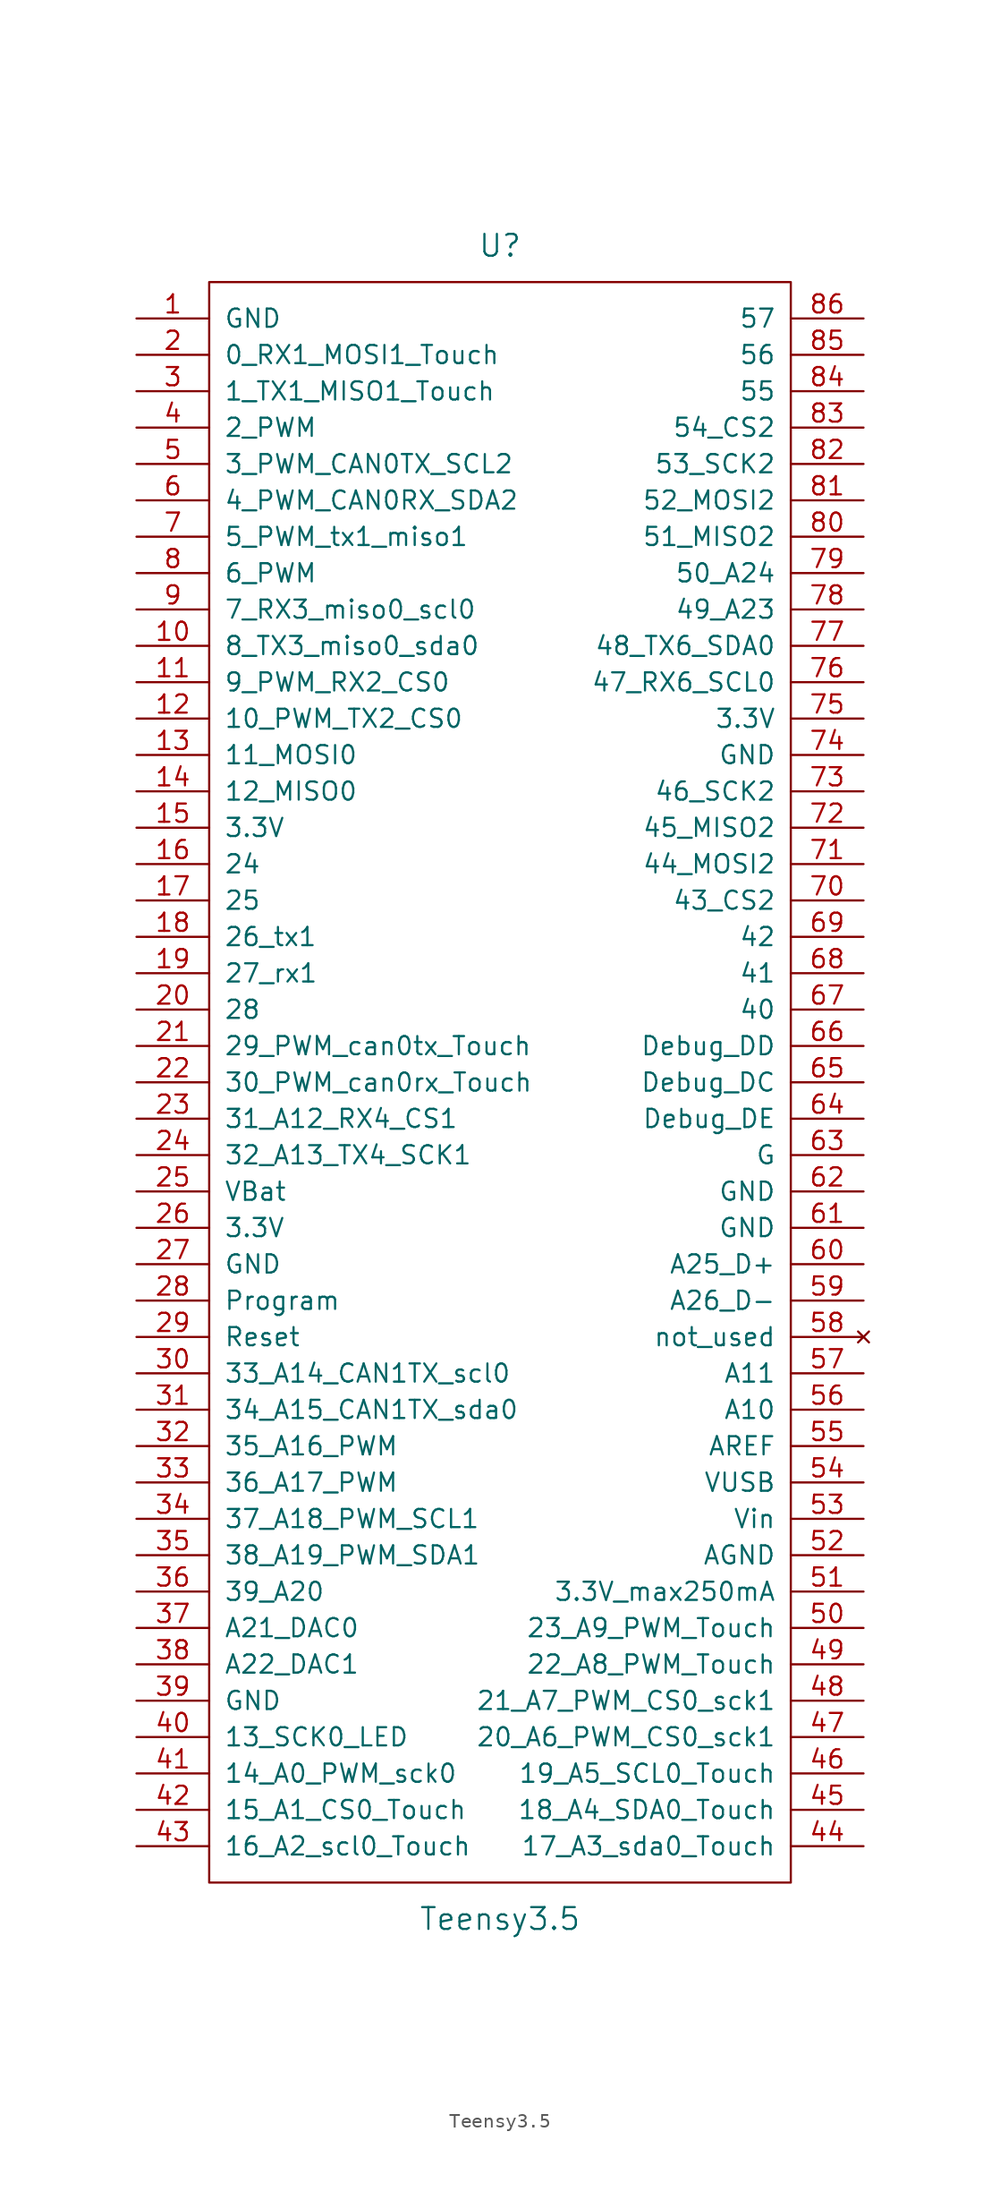
<source format=kicad_sym>
(kicad_symbol_lib
  (version 20211014)
  (generator kicad_symbol_editor)
  (symbol "Teensy3.5"
    (pin_names
      (offset 1.016))
    (property "Reference" "U"
      (at 0 58.42 0)
      (effects (font (size 1.524 1.524))))
    (property "Value" "Teensy3.5"
      (at 0 -58.42 0)
      (effects (font (size 1.524 1.524))))
    (property "Footprint" ""
      (at 0 0 0)
      (effects (font (size 1.524 1.524))))
    (property "Datasheet" ""
      (at 0 0 0)
      (effects (font (size 1.524 1.524))))
    (symbol "Teensy3.5_0_1"
      (rectangle (start -20.32 55.88) (end 20.32 -55.88) (stroke (width 0) (type default) (color 0 0 0 0)) (fill (type none))))
    (symbol "Teensy3.5_1_1"
      (pin power_in line (at -25.4 53.34 0) (length 5.08) (name "GND" (effects (font (size 1.27 1.27)))) (number "1" (effects (font (size 1.27 1.27)))))
      (pin bidirectional line (at -25.4 30.48 0) (length 5.08) (name "8_TX3_miso0_sda0" (effects (font (size 1.27 1.27)))) (number "10" (effects (font (size 1.27 1.27)))))
      (pin bidirectional line (at -25.4 27.94 0) (length 5.08) (name "9_PWM_RX2_CS0" (effects (font (size 1.27 1.27)))) (number "11" (effects (font (size 1.27 1.27)))))
      (pin bidirectional line (at -25.4 25.4 0) (length 5.08) (name "10_PWM_TX2_CS0" (effects (font (size 1.27 1.27)))) (number "12" (effects (font (size 1.27 1.27)))))
      (pin bidirectional line (at -25.4 22.86 0) (length 5.08) (name "11_MOSI0" (effects (font (size 1.27 1.27)))) (number "13" (effects (font (size 1.27 1.27)))))
      (pin bidirectional line (at -25.4 20.32 0) (length 5.08) (name "12_MISO0" (effects (font (size 1.27 1.27)))) (number "14" (effects (font (size 1.27 1.27)))))
      (pin power_in line (at -25.4 17.78 0) (length 5.08) (name "3.3V" (effects (font (size 1.27 1.27)))) (number "15" (effects (font (size 1.27 1.27)))))
      (pin bidirectional line (at -25.4 15.24 0) (length 5.08) (name "24" (effects (font (size 1.27 1.27)))) (number "16" (effects (font (size 1.27 1.27)))))
      (pin bidirectional line (at -25.4 12.7 0) (length 5.08) (name "25" (effects (font (size 1.27 1.27)))) (number "17" (effects (font (size 1.27 1.27)))))
      (pin bidirectional line (at -25.4 10.16 0) (length 5.08) (name "26_tx1" (effects (font (size 1.27 1.27)))) (number "18" (effects (font (size 1.27 1.27)))))
      (pin bidirectional line (at -25.4 7.62 0) (length 5.08) (name "27_rx1" (effects (font (size 1.27 1.27)))) (number "19" (effects (font (size 1.27 1.27)))))
      (pin bidirectional line (at -25.4 50.8 0) (length 5.08) (name "0_RX1_MOSI1_Touch" (effects (font (size 1.27 1.27)))) (number "2" (effects (font (size 1.27 1.27)))))
      (pin bidirectional line (at -25.4 5.08 0) (length 5.08) (name "28" (effects (font (size 1.27 1.27)))) (number "20" (effects (font (size 1.27 1.27)))))
      (pin bidirectional line (at -25.4 2.54 0) (length 5.08) (name "29_PWM_can0tx_Touch" (effects (font (size 1.27 1.27)))) (number "21" (effects (font (size 1.27 1.27)))))
      (pin bidirectional line (at -25.4 0 0) (length 5.08) (name "30_PWM_can0rx_Touch" (effects (font (size 1.27 1.27)))) (number "22" (effects (font (size 1.27 1.27)))))
      (pin bidirectional line (at -25.4 -2.54 0) (length 5.08) (name "31_A12_RX4_CS1" (effects (font (size 1.27 1.27)))) (number "23" (effects (font (size 1.27 1.27)))))
      (pin bidirectional line (at -25.4 -5.08 0) (length 5.08) (name "32_A13_TX4_SCK1" (effects (font (size 1.27 1.27)))) (number "24" (effects (font (size 1.27 1.27)))))
      (pin power_in line (at -25.4 -7.62 0) (length 5.08) (name "VBat" (effects (font (size 1.27 1.27)))) (number "25" (effects (font (size 1.27 1.27)))))
      (pin power_in line (at -25.4 -10.16 0) (length 5.08) (name "3.3V" (effects (font (size 1.27 1.27)))) (number "26" (effects (font (size 1.27 1.27)))))
      (pin power_in line (at -25.4 -12.7 0) (length 5.08) (name "GND" (effects (font (size 1.27 1.27)))) (number "27" (effects (font (size 1.27 1.27)))))
      (pin input line (at -25.4 -15.24 0) (length 5.08) (name "Program" (effects (font (size 1.27 1.27)))) (number "28" (effects (font (size 1.27 1.27)))))
      (pin input line (at -25.4 -17.78 0) (length 5.08) (name "Reset" (effects (font (size 1.27 1.27)))) (number "29" (effects (font (size 1.27 1.27)))))
      (pin bidirectional line (at -25.4 48.26 0) (length 5.08) (name "1_TX1_MISO1_Touch" (effects (font (size 1.27 1.27)))) (number "3" (effects (font (size 1.27 1.27)))))
      (pin bidirectional line (at -25.4 -20.32 0) (length 5.08) (name "33_A14_CAN1TX_scl0" (effects (font (size 1.27 1.27)))) (number "30" (effects (font (size 1.27 1.27)))))
      (pin bidirectional line (at -25.4 -22.86 0) (length 5.08) (name "34_A15_CAN1TX_sda0" (effects (font (size 1.27 1.27)))) (number "31" (effects (font (size 1.27 1.27)))))
      (pin bidirectional line (at -25.4 -25.4 0) (length 5.08) (name "35_A16_PWM" (effects (font (size 1.27 1.27)))) (number "32" (effects (font (size 1.27 1.27)))))
      (pin bidirectional line (at -25.4 -27.94 0) (length 5.08) (name "36_A17_PWM" (effects (font (size 1.27 1.27)))) (number "33" (effects (font (size 1.27 1.27)))))
      (pin bidirectional line (at -25.4 -30.48 0) (length 5.08) (name "37_A18_PWM_SCL1" (effects (font (size 1.27 1.27)))) (number "34" (effects (font (size 1.27 1.27)))))
      (pin bidirectional line (at -25.4 -33.02 0) (length 5.08) (name "38_A19_PWM_SDA1" (effects (font (size 1.27 1.27)))) (number "35" (effects (font (size 1.27 1.27)))))
      (pin bidirectional line (at -25.4 -35.56 0) (length 5.08) (name "39_A20" (effects (font (size 1.27 1.27)))) (number "36" (effects (font (size 1.27 1.27)))))
      (pin bidirectional line (at -25.4 -38.1 0) (length 5.08) (name "A21_DAC0" (effects (font (size 1.27 1.27)))) (number "37" (effects (font (size 1.27 1.27)))))
      (pin bidirectional line (at -25.4 -40.64 0) (length 5.08) (name "A22_DAC1" (effects (font (size 1.27 1.27)))) (number "38" (effects (font (size 1.27 1.27)))))
      (pin power_in line (at -25.4 -43.18 0) (length 5.08) (name "GND" (effects (font (size 1.27 1.27)))) (number "39" (effects (font (size 1.27 1.27)))))
      (pin bidirectional line (at -25.4 45.72 0) (length 5.08) (name "2_PWM" (effects (font (size 1.27 1.27)))) (number "4" (effects (font (size 1.27 1.27)))))
      (pin bidirectional line (at -25.4 -45.72 0) (length 5.08) (name "13_SCK0_LED" (effects (font (size 1.27 1.27)))) (number "40" (effects (font (size 1.27 1.27)))))
      (pin bidirectional line (at -25.4 -48.26 0) (length 5.08) (name "14_A0_PWM_sck0" (effects (font (size 1.27 1.27)))) (number "41" (effects (font (size 1.27 1.27)))))
      (pin bidirectional line (at -25.4 -50.8 0) (length 5.08) (name "15_A1_CS0_Touch" (effects (font (size 1.27 1.27)))) (number "42" (effects (font (size 1.27 1.27)))))
      (pin bidirectional line (at -25.4 -53.34 0) (length 5.08) (name "16_A2_scl0_Touch" (effects (font (size 1.27 1.27)))) (number "43" (effects (font (size 1.27 1.27)))))
      (pin bidirectional line (at 25.4 -53.34 180) (length 5.08) (name "17_A3_sda0_Touch" (effects (font (size 1.27 1.27)))) (number "44" (effects (font (size 1.27 1.27)))))
      (pin bidirectional line (at 25.4 -50.8 180) (length 5.08) (name "18_A4_SDA0_Touch" (effects (font (size 1.27 1.27)))) (number "45" (effects (font (size 1.27 1.27)))))
      (pin bidirectional line (at 25.4 -48.26 180) (length 5.08) (name "19_A5_SCL0_Touch" (effects (font (size 1.27 1.27)))) (number "46" (effects (font (size 1.27 1.27)))))
      (pin bidirectional line (at 25.4 -45.72 180) (length 5.08) (name "20_A6_PWM_CS0_sck1" (effects (font (size 1.27 1.27)))) (number "47" (effects (font (size 1.27 1.27)))))
      (pin bidirectional line (at 25.4 -43.18 180) (length 5.08) (name "21_A7_PWM_CS0_sck1" (effects (font (size 1.27 1.27)))) (number "48" (effects (font (size 1.27 1.27)))))
      (pin bidirectional line (at 25.4 -40.64 180) (length 5.08) (name "22_A8_PWM_Touch" (effects (font (size 1.27 1.27)))) (number "49" (effects (font (size 1.27 1.27)))))
      (pin bidirectional line (at -25.4 43.18 0) (length 5.08) (name "3_PWM_CAN0TX_SCL2" (effects (font (size 1.27 1.27)))) (number "5" (effects (font (size 1.27 1.27)))))
      (pin bidirectional line (at 25.4 -38.1 180) (length 5.08) (name "23_A9_PWM_Touch" (effects (font (size 1.27 1.27)))) (number "50" (effects (font (size 1.27 1.27)))))
      (pin power_out line (at 25.4 -35.56 180) (length 5.08) (name "3.3V_max250mA" (effects (font (size 1.27 1.27)))) (number "51" (effects (font (size 1.27 1.27)))))
      (pin power_in line (at 25.4 -33.02 180) (length 5.08) (name "AGND" (effects (font (size 1.27 1.27)))) (number "52" (effects (font (size 1.27 1.27)))))
      (pin power_in line (at 25.4 -30.48 180) (length 5.08) (name "Vin" (effects (font (size 1.27 1.27)))) (number "53" (effects (font (size 1.27 1.27)))))
      (pin power_in line (at 25.4 -27.94 180) (length 5.08) (name "VUSB" (effects (font (size 1.27 1.27)))) (number "54" (effects (font (size 1.27 1.27)))))
      (pin input line (at 25.4 -25.4 180) (length 5.08) (name "AREF" (effects (font (size 1.27 1.27)))) (number "55" (effects (font (size 1.27 1.27)))))
      (pin bidirectional line (at 25.4 -22.86 180) (length 5.08) (name "A10" (effects (font (size 1.27 1.27)))) (number "56" (effects (font (size 1.27 1.27)))))
      (pin bidirectional line (at 25.4 -20.32 180) (length 5.08) (name "A11" (effects (font (size 1.27 1.27)))) (number "57" (effects (font (size 1.27 1.27)))))
      (pin no_connect line (at 25.4 -17.78 180) (length 5.08) (name "not_used" (effects (font (size 1.27 1.27)))) (number "58" (effects (font (size 1.27 1.27)))))
      (pin bidirectional line (at 25.4 -15.24 180) (length 5.08) (name "A26_D-" (effects (font (size 1.27 1.27)))) (number "59" (effects (font (size 1.27 1.27)))))
      (pin bidirectional line (at -25.4 40.64 0) (length 5.08) (name "4_PWM_CAN0RX_SDA2" (effects (font (size 1.27 1.27)))) (number "6" (effects (font (size 1.27 1.27)))))
      (pin bidirectional line (at 25.4 -12.7 180) (length 5.08) (name "A25_D+" (effects (font (size 1.27 1.27)))) (number "60" (effects (font (size 1.27 1.27)))))
      (pin power_in line (at 25.4 -10.16 180) (length 5.08) (name "GND" (effects (font (size 1.27 1.27)))) (number "61" (effects (font (size 1.27 1.27)))))
      (pin power_in line (at 25.4 -7.62 180) (length 5.08) (name "GND" (effects (font (size 1.27 1.27)))) (number "62" (effects (font (size 1.27 1.27)))))
      (pin power_in line (at 25.4 -5.08 180) (length 5.08) (name "G" (effects (font (size 1.27 1.27)))) (number "63" (effects (font (size 1.27 1.27)))))
      (pin input line (at 25.4 -2.54 180) (length 5.08) (name "Debug_DE" (effects (font (size 1.27 1.27)))) (number "64" (effects (font (size 1.27 1.27)))))
      (pin input line (at 25.4 0 180) (length 5.08) (name "Debug_DC" (effects (font (size 1.27 1.27)))) (number "65" (effects (font (size 1.27 1.27)))))
      (pin input line (at 25.4 2.54 180) (length 5.08) (name "Debug_DD" (effects (font (size 1.27 1.27)))) (number "66" (effects (font (size 1.27 1.27)))))
      (pin bidirectional line (at 25.4 5.08 180) (length 5.08) (name "40" (effects (font (size 1.27 1.27)))) (number "67" (effects (font (size 1.27 1.27)))))
      (pin bidirectional line (at 25.4 7.62 180) (length 5.08) (name "41" (effects (font (size 1.27 1.27)))) (number "68" (effects (font (size 1.27 1.27)))))
      (pin bidirectional line (at 25.4 10.16 180) (length 5.08) (name "42" (effects (font (size 1.27 1.27)))) (number "69" (effects (font (size 1.27 1.27)))))
      (pin bidirectional line (at -25.4 38.1 0) (length 5.08) (name "5_PWM_tx1_miso1" (effects (font (size 1.27 1.27)))) (number "7" (effects (font (size 1.27 1.27)))))
      (pin bidirectional line (at 25.4 12.7 180) (length 5.08) (name "43_CS2" (effects (font (size 1.27 1.27)))) (number "70" (effects (font (size 1.27 1.27)))))
      (pin bidirectional line (at 25.4 15.24 180) (length 5.08) (name "44_MOSI2" (effects (font (size 1.27 1.27)))) (number "71" (effects (font (size 1.27 1.27)))))
      (pin bidirectional line (at 25.4 17.78 180) (length 5.08) (name "45_MISO2" (effects (font (size 1.27 1.27)))) (number "72" (effects (font (size 1.27 1.27)))))
      (pin bidirectional line (at 25.4 20.32 180) (length 5.08) (name "46_SCK2" (effects (font (size 1.27 1.27)))) (number "73" (effects (font (size 1.27 1.27)))))
      (pin power_in line (at 25.4 22.86 180) (length 5.08) (name "GND" (effects (font (size 1.27 1.27)))) (number "74" (effects (font (size 1.27 1.27)))))
      (pin power_in line (at 25.4 25.4 180) (length 5.08) (name "3.3V" (effects (font (size 1.27 1.27)))) (number "75" (effects (font (size 1.27 1.27)))))
      (pin bidirectional line (at 25.4 27.94 180) (length 5.08) (name "47_RX6_SCL0" (effects (font (size 1.27 1.27)))) (number "76" (effects (font (size 1.27 1.27)))))
      (pin bidirectional line (at 25.4 30.48 180) (length 5.08) (name "48_TX6_SDA0" (effects (font (size 1.27 1.27)))) (number "77" (effects (font (size 1.27 1.27)))))
      (pin bidirectional line (at 25.4 33.02 180) (length 5.08) (name "49_A23" (effects (font (size 1.27 1.27)))) (number "78" (effects (font (size 1.27 1.27)))))
      (pin bidirectional line (at 25.4 35.56 180) (length 5.08) (name "50_A24" (effects (font (size 1.27 1.27)))) (number "79" (effects (font (size 1.27 1.27)))))
      (pin bidirectional line (at -25.4 35.56 0) (length 5.08) (name "6_PWM" (effects (font (size 1.27 1.27)))) (number "8" (effects (font (size 1.27 1.27)))))
      (pin bidirectional line (at 25.4 38.1 180) (length 5.08) (name "51_MISO2" (effects (font (size 1.27 1.27)))) (number "80" (effects (font (size 1.27 1.27)))))
      (pin bidirectional line (at 25.4 40.64 180) (length 5.08) (name "52_MOSI2" (effects (font (size 1.27 1.27)))) (number "81" (effects (font (size 1.27 1.27)))))
      (pin bidirectional line (at 25.4 43.18 180) (length 5.08) (name "53_SCK2" (effects (font (size 1.27 1.27)))) (number "82" (effects (font (size 1.27 1.27)))))
      (pin bidirectional line (at 25.4 45.72 180) (length 5.08) (name "54_CS2" (effects (font (size 1.27 1.27)))) (number "83" (effects (font (size 1.27 1.27)))))
      (pin bidirectional line (at 25.4 48.26 180) (length 5.08) (name "55" (effects (font (size 1.27 1.27)))) (number "84" (effects (font (size 1.27 1.27)))))
      (pin bidirectional line (at 25.4 50.8 180) (length 5.08) (name "56" (effects (font (size 1.27 1.27)))) (number "85" (effects (font (size 1.27 1.27)))))
      (pin bidirectional line (at 25.4 53.34 180) (length 5.08) (name "57" (effects (font (size 1.27 1.27)))) (number "86" (effects (font (size 1.27 1.27)))))
      (pin bidirectional line (at -25.4 33.02 0) (length 5.08) (name "7_RX3_miso0_scl0" (effects (font (size 1.27 1.27)))) (number "9" (effects (font (size 1.27 1.27))))))))
</source>
